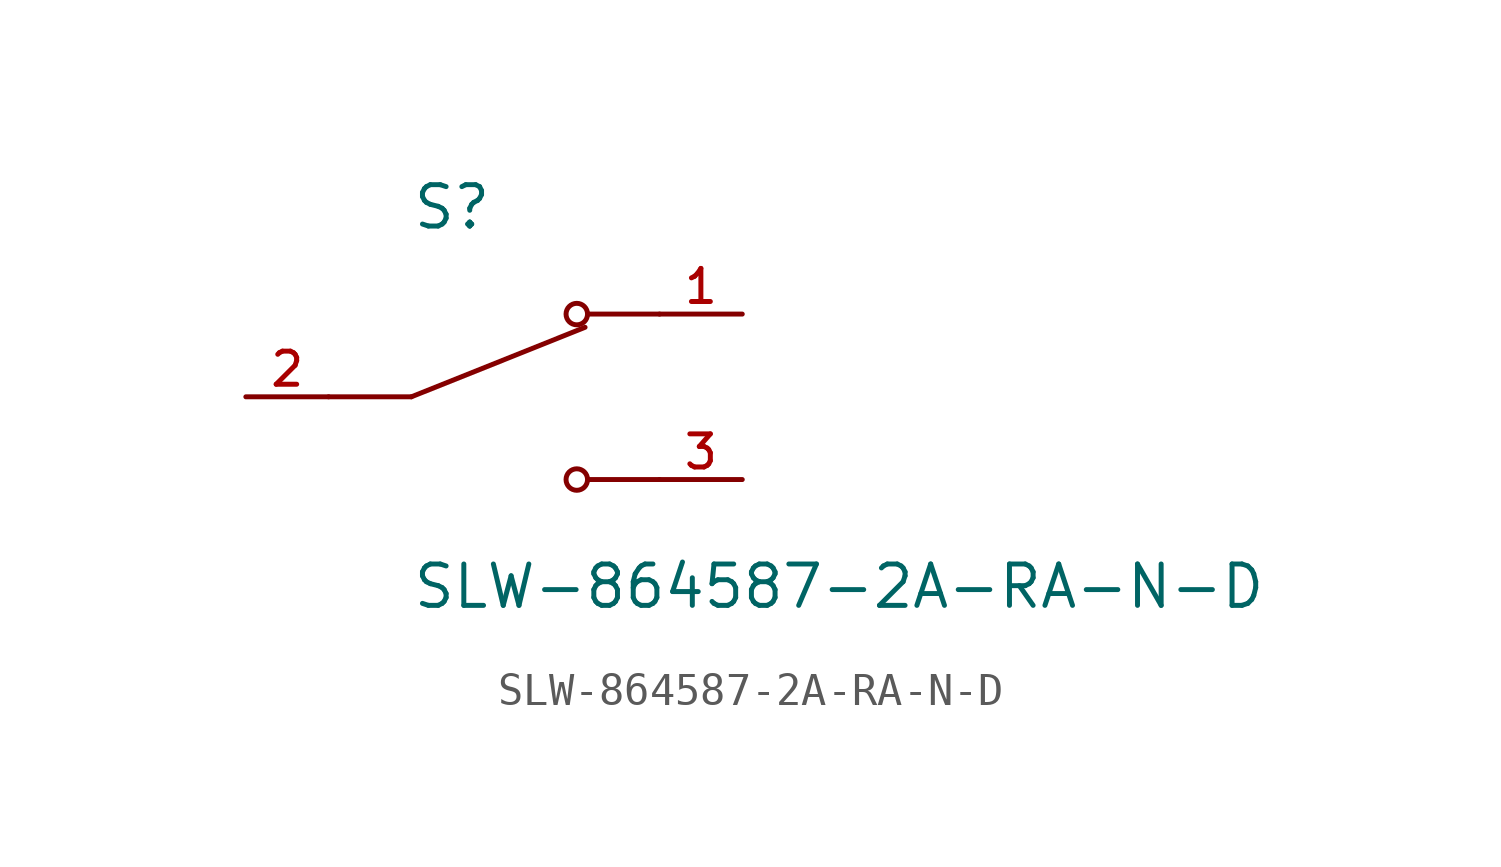
<source format=kicad_sym>
(kicad_symbol_lib
  (version 20211014)
  (generator kicad_symbol_editor)
  (symbol "SLW-864587-2A-RA-N-D"
    (pin_names
      (offset 1.016))
    (property "Reference" "S"
      (at -2.54 5.08 0)
      (effects (font (size 1.27 1.27)) (justify bottom left)))
    (property "Value" "SLW-864587-2A-RA-N-D"
      (at -2.54 -5.08 0)
      (effects (font (size 1.27 1.27)) (justify top left)))
    (symbol "SLW-864587-2A-RA-N-D_0_0"
      (polyline (pts (xy -2.54 0.0) (xy 2.794 2.134)) (stroke (width 0.152)))
      (circle (center 2.54 2.54) (radius 0.33) (stroke (width 0.152)) (fill (type none)))
      (polyline (pts (xy 5.08 2.54) (xy 2.921 2.54)) (stroke (width 0.152)))
      (polyline (pts (xy -2.54 0.0) (xy -5.08 0.0)) (stroke (width 0.152)))
      (circle (center 2.54 -2.54) (radius 0.33) (stroke (width 0.152)) (fill (type none)))
      (polyline (pts (xy 5.08 -2.54) (xy 2.921 -2.54)) (stroke (width 0.152)))
      (pin passive line (at 7.62 2.54 180.0) (length 2.54) (name "~" (effects (font (size 1.016 1.016)))) (number "1" (effects (font (size 1.016 1.016)))))
      (pin passive line (at -7.62 0.0 0) (length 2.54) (name "~" (effects (font (size 1.016 1.016)))) (number "2" (effects (font (size 1.016 1.016)))))
      (pin passive line (at 7.62 -2.54 180.0) (length 2.54) (name "~" (effects (font (size 1.016 1.016)))) (number "3" (effects (font (size 1.016 1.016))))))))
</source>
